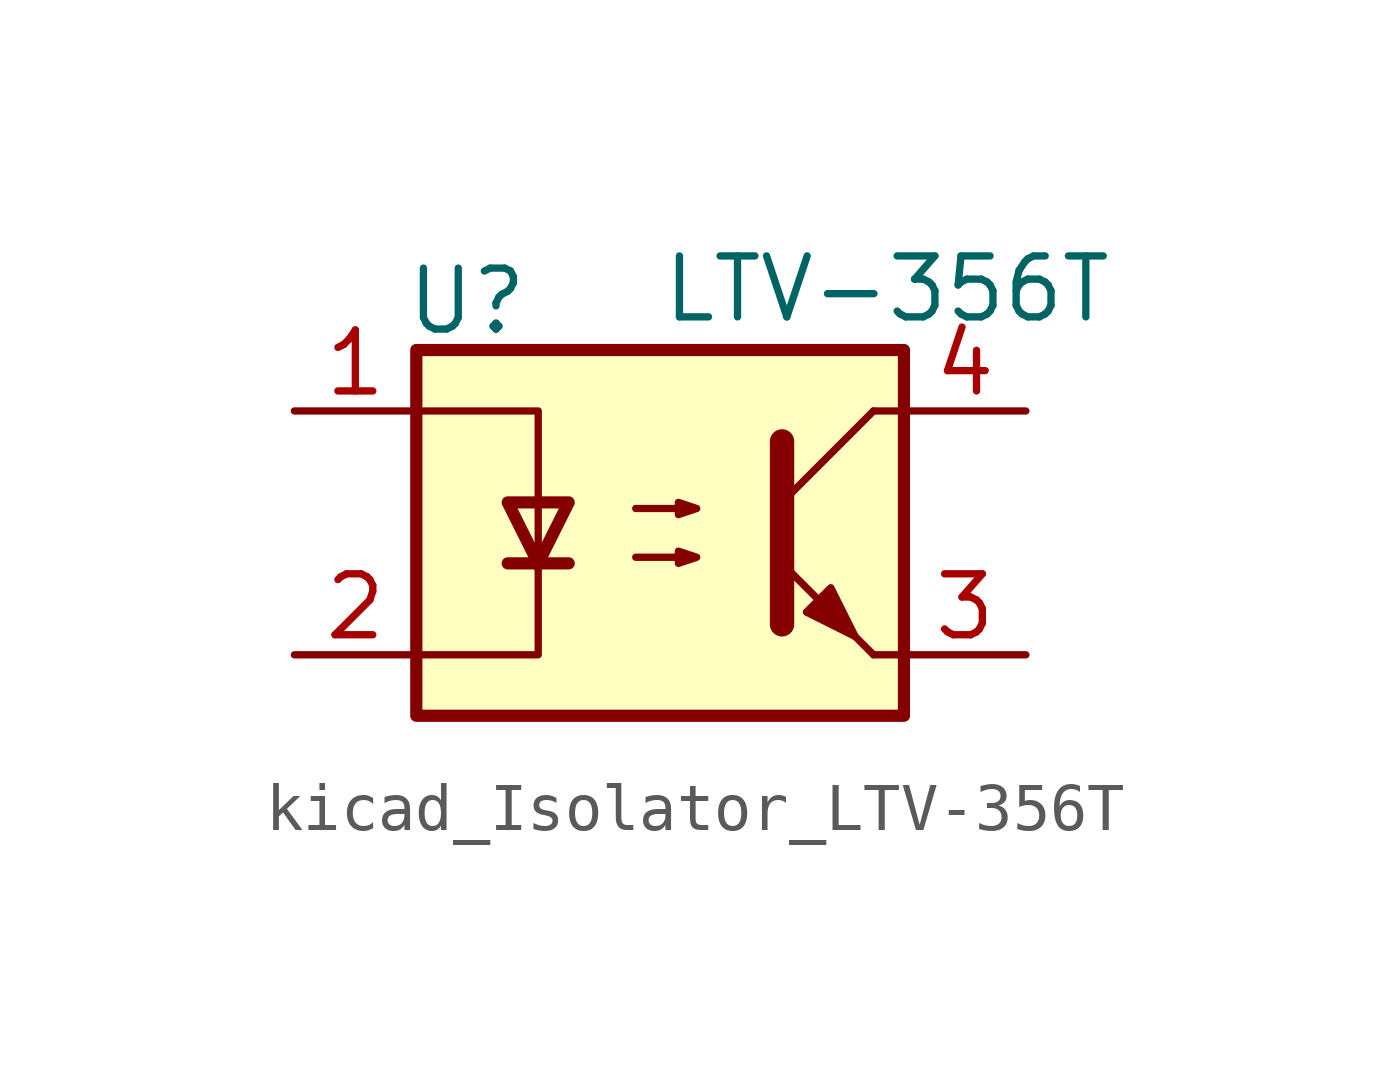
<source format=kicad_sym>
(kicad_symbol_lib
  (version 20220914)
  (generator kicad_symbol_editor)
  (symbol "kicad_Isolator_LTV-356T"
    (pin_names
      (offset 1.016))
    (property "Reference" "U"
      (at -5.334 4.826 0)
      (effects (font (size 1.27 1.27)) (justify left)))
    (property "Value" "LTV-356T"
      (at 0 5.08 0)
      (effects (font (size 1.27 1.27)) (justify left)))
    (symbol "kicad_Isolator_LTV-356T_0_1"
      (rectangle (start -5.08 3.81) (end 5.08 -3.81) (stroke (width 0.254) (type default)) (fill (type background)))
      (polyline (pts (xy -3.175 -0.635) (xy -1.905 -0.635)) (stroke (width 0.254) (type default)) (fill (type none)))
      (polyline (pts (xy 2.54 0.635) (xy 4.445 2.54)) (stroke (width 0) (type default)) (fill (type none)))
      (polyline (pts (xy 4.445 -2.54) (xy 2.54 -0.635)) (stroke (width 0) (type default)) (fill (type outline)))
      (polyline (pts (xy 4.445 -2.54) (xy 5.08 -2.54)) (stroke (width 0) (type default)) (fill (type none)))
      (polyline (pts (xy 4.445 2.54) (xy 5.08 2.54)) (stroke (width 0) (type default)) (fill (type none)))
      (polyline (pts (xy -5.08 2.54) (xy -2.54 2.54) (xy -2.54 -0.762)) (stroke (width 0) (type default)) (fill (type none)))
      (polyline (pts (xy -2.54 -0.635) (xy -2.54 -2.54) (xy -5.08 -2.54)) (stroke (width 0) (type default)) (fill (type none)))
      (polyline (pts (xy 2.54 1.905) (xy 2.54 -1.905) (xy 2.54 -1.905)) (stroke (width 0.508) (type default)) (fill (type none)))
      (polyline (pts (xy -2.54 -0.635) (xy -3.175 0.635) (xy -1.905 0.635) (xy -2.54 -0.635)) (stroke (width 0.254) (type default)) (fill (type none)))
      (polyline (pts (xy -0.508 -0.508) (xy 0.762 -0.508) (xy 0.381 -0.635) (xy 0.381 -0.381) (xy 0.762 -0.508)) (stroke (width 0) (type default)) (fill (type none)))
      (polyline (pts (xy -0.508 0.508) (xy 0.762 0.508) (xy 0.381 0.381) (xy 0.381 0.635) (xy 0.762 0.508)) (stroke (width 0) (type default)) (fill (type none)))
      (polyline (pts (xy 3.048 -1.651) (xy 3.556 -1.143) (xy 4.064 -2.159) (xy 3.048 -1.651) (xy 3.048 -1.651)) (stroke (width 0) (type default)) (fill (type outline))))
    (symbol "kicad_Isolator_LTV-356T_1_1"
      (pin passive line (at -7.62 2.54 0) (length 2.54) (name "~" (effects (font (size 1.27 1.27)))) (number "1" (effects (font (size 1.27 1.27)))))
      (pin passive line (at -7.62 -2.54 0) (length 2.54) (name "~" (effects (font (size 1.27 1.27)))) (number "2" (effects (font (size 1.27 1.27)))))
      (pin passive line (at 7.62 -2.54 180) (length 2.54) (name "~" (effects (font (size 1.27 1.27)))) (number "3" (effects (font (size 1.27 1.27)))))
      (pin passive line (at 7.62 2.54 180) (length 2.54) (name "~" (effects (font (size 1.27 1.27)))) (number "4" (effects (font (size 1.27 1.27))))))))
</source>
